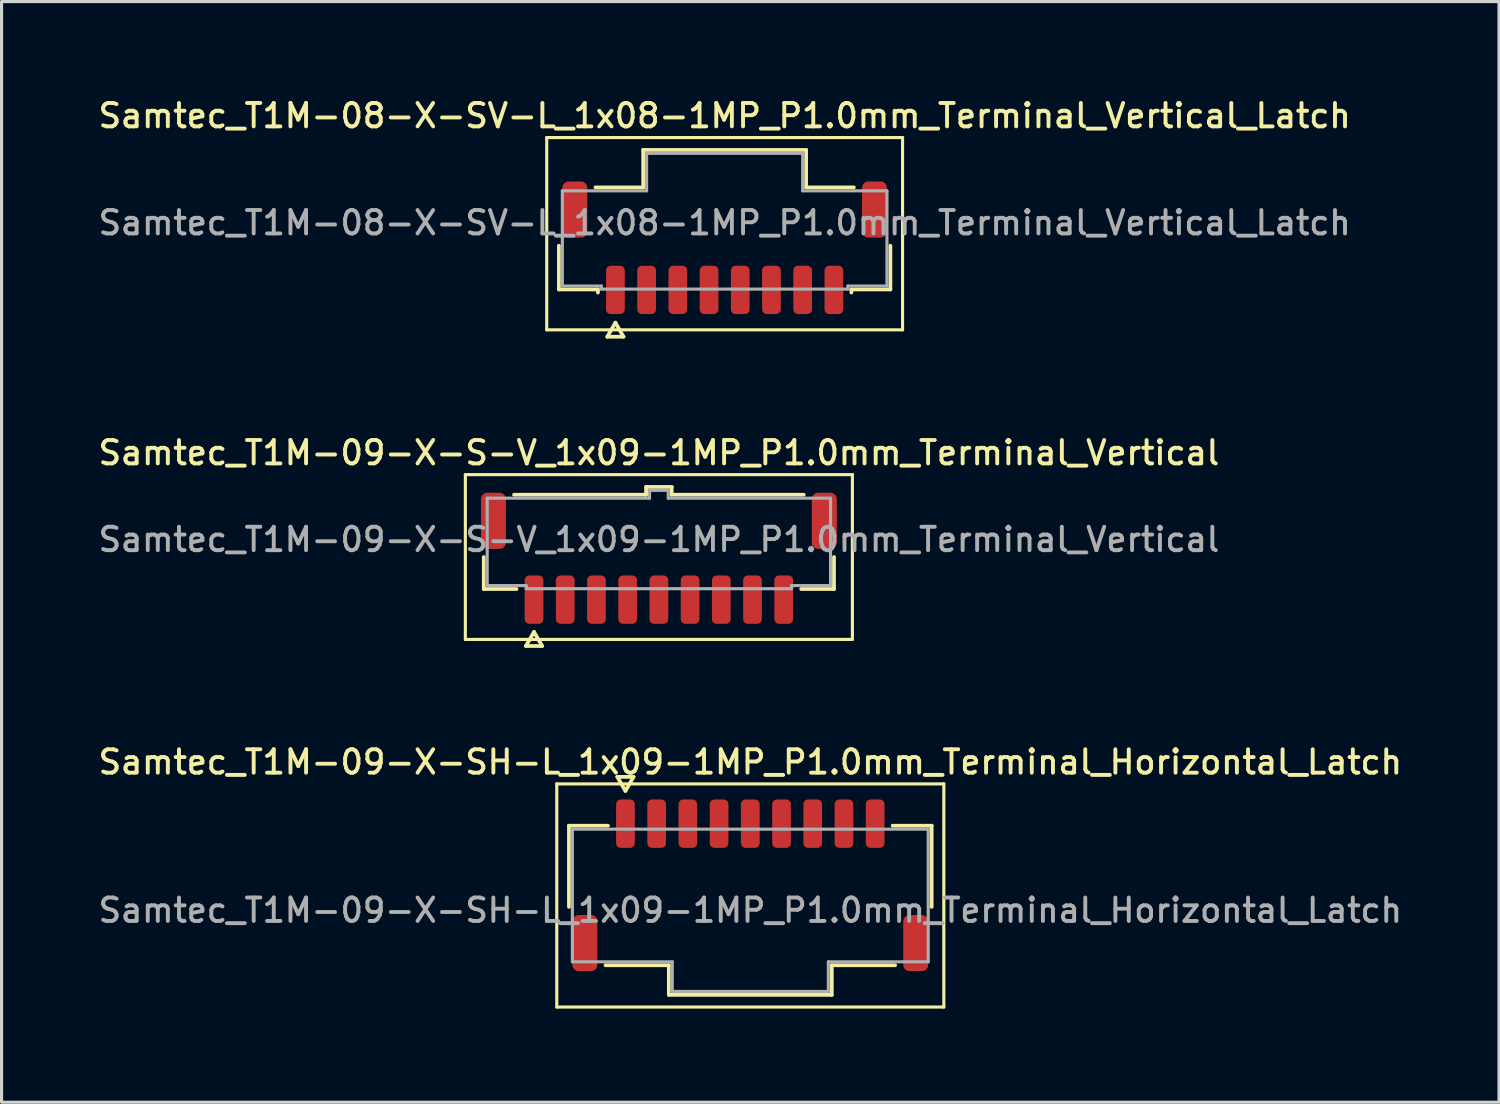
<source format=kicad_pcb>
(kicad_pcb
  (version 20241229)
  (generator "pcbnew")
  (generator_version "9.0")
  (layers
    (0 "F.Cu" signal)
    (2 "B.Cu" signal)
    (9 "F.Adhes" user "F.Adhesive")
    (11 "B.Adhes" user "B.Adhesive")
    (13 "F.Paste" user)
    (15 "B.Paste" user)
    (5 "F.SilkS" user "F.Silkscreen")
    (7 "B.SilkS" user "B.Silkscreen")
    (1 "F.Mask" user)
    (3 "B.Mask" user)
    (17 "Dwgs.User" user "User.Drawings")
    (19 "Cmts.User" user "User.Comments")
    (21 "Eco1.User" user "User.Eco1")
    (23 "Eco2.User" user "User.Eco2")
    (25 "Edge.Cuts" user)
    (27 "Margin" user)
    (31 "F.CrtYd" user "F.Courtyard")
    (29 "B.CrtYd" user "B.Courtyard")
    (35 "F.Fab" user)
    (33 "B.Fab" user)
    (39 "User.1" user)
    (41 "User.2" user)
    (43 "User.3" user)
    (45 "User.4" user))
  (footprint "Samtec_T1M-08-X-SV-L_1x08-1MP_P1.0mm_Terminal_Vertical_Latch"
    (layer "F.Cu")
    (at 20.166 4.088)
    (property "Reference" "Samtec_T1M-08-X-SV-L_1x08-1MP_P1.0mm_Terminal_Vertical_Latch" (at 0 -3.43 0) (layer "F.SilkS") (effects (font (size 0.75 0.75) (thickness 0.125))))
    (attr smd)
    (fp_line (start -5.7 -2.73) (end -5.7 3.43) (stroke (width 0.1) (type solid)) (layer "F.SilkS"))
    (fp_line (start -5.7 3.43) (end 5.7 3.43) (stroke (width 0.1) (type solid)) (layer "F.SilkS"))
    (fp_line (start -5.31 2.135) (end -5.31 0.735) (stroke (width 0.12) (type solid)) (layer "F.SilkS"))
    (fp_line (start -4.14 -1.135) (end -2.61 -1.135) (stroke (width 0.12) (type solid)) (layer "F.SilkS"))
    (fp_line (start -4.06 2.135) (end -5.31 2.135) (stroke (width 0.12) (type solid)) (layer "F.SilkS"))
    (fp_line (start -4.06 2.235) (end -4.06 2.135) (stroke (width 0.12) (type solid)) (layer "F.SilkS"))
    (fp_line (start -3.76 3.65) (end -3.5 3.2) (stroke (width 0.12) (type solid)) (layer "F.SilkS"))
    (fp_line (start -3.5 3.2) (end -3.24 3.65) (stroke (width 0.12) (type solid)) (layer "F.SilkS"))
    (fp_line (start -3.24 3.65) (end -3.76 3.65) (stroke (width 0.12) (type solid)) (layer "F.SilkS"))
    (fp_line (start -2.61 -2.335) (end 2.61 -2.335) (stroke (width 0.12) (type solid)) (layer "F.SilkS"))
    (fp_line (start -2.61 -1.135) (end -2.61 -2.335) (stroke (width 0.12) (type solid)) (layer "F.SilkS"))
    (fp_line (start 2.61 -2.335) (end 2.61 -1.135) (stroke (width 0.12) (type solid)) (layer "F.SilkS"))
    (fp_line (start 2.61 -1.135) (end 4.14 -1.135) (stroke (width 0.12) (type solid)) (layer "F.SilkS"))
    (fp_line (start 4.06 2.135) (end 4.06 2.235) (stroke (width 0.12) (type solid)) (layer "F.SilkS"))
    (fp_line (start 5.31 0.735) (end 5.31 2.135) (stroke (width 0.12) (type solid)) (layer "F.SilkS"))
    (fp_line (start 5.31 2.135) (end 4.06 2.135) (stroke (width 0.12) (type solid)) (layer "F.SilkS"))
    (fp_line (start 5.7 -2.73) (end -5.7 -2.73) (stroke (width 0.1) (type solid)) (layer "F.SilkS"))
    (fp_line (start 5.7 3.43) (end 5.7 -2.73) (stroke (width 0.1) (type solid)) (layer "F.SilkS"))
    (fp_line (start -5.2 -1.025) (end -2.5 -1.025) (stroke (width 0.1) (type solid)) (layer "F.Fab"))
    (fp_line (start -5.2 2.025) (end -5.2 -1.025) (stroke (width 0.1) (type solid)) (layer "F.Fab"))
    (fp_line (start -3.95 2.025) (end -5.2 2.025) (stroke (width 0.1) (type solid)) (layer "F.Fab"))
    (fp_line (start -3.95 2.125) (end -3.95 2.025) (stroke (width 0.1) (type solid)) (layer "F.Fab"))
    (fp_line (start -2.5 -2.225) (end 2.5 -2.225) (stroke (width 0.1) (type solid)) (layer "F.Fab"))
    (fp_line (start -2.5 -1.025) (end -2.5 -2.225) (stroke (width 0.1) (type solid)) (layer "F.Fab"))
    (fp_line (start 2.5 -2.225) (end 2.5 -1.025) (stroke (width 0.1) (type solid)) (layer "F.Fab"))
    (fp_line (start 2.5 -1.025) (end 5.2 -1.025) (stroke (width 0.1) (type solid)) (layer "F.Fab"))
    (fp_line (start 3.95 2.025) (end 3.95 2.125) (stroke (width 0.1) (type solid)) (layer "F.Fab"))
    (fp_line (start 3.95 2.125) (end -3.95 2.125) (stroke (width 0.1) (type solid)) (layer "F.Fab"))
    (fp_line (start 5.2 -1.025) (end 5.2 2.025) (stroke (width 0.1) (type solid)) (layer "F.Fab"))
    (fp_line (start 5.2 2.025) (end 3.95 2.025) (stroke (width 0.1) (type solid)) (layer "F.Fab"))
    (fp_text user "${REFERENCE}" (at 0 0 0) (layer "F.Fab") (effects (font (size 0.75 0.75) (thickness 0.125))))
    (pad "1" smd roundrect (at -3.5 2.15) (size 0.6 1.55) (layers "F.Cu" "F.Mask" "F.Paste") (roundrect_rratio 0.25))
    (pad "2" smd roundrect (at -2.5 2.15) (size 0.6 1.55) (layers "F.Cu" "F.Mask" "F.Paste") (roundrect_rratio 0.25))
    (pad "3" smd roundrect (at -1.5 2.15) (size 0.6 1.55) (layers "F.Cu" "F.Mask" "F.Paste") (roundrect_rratio 0.25))
    (pad "4" smd roundrect (at -0.5 2.15) (size 0.6 1.55) (layers "F.Cu" "F.Mask" "F.Paste") (roundrect_rratio 0.25))
    (pad "5" smd roundrect (at 0.5 2.15) (size 0.6 1.55) (layers "F.Cu" "F.Mask" "F.Paste") (roundrect_rratio 0.25))
    (pad "6" smd roundrect (at 1.5 2.15) (size 0.6 1.55) (layers "F.Cu" "F.Mask" "F.Paste") (roundrect_rratio 0.25))
    (pad "7" smd roundrect (at 2.5 2.15) (size 0.6 1.55) (layers "F.Cu" "F.Mask" "F.Paste") (roundrect_rratio 0.25))
    (pad "8" smd roundrect (at 3.5 2.15) (size 0.6 1.55) (layers "F.Cu" "F.Mask" "F.Paste") (roundrect_rratio 0.25))
    (pad "MP" smd roundrect (at -4.8 -0.425) (size 0.8 1.8) (layers "F.Cu" "F.Mask" "F.Paste") (roundrect_rratio 0.25))
    (pad "MP" smd roundrect (at 4.8 -0.425) (size 0.8 1.8) (layers "F.Cu" "F.Mask" "F.Paste") (roundrect_rratio 0.25)))
  (footprint "Samtec_T1M-09-X-S-V_1x09-1MP_P1.0mm_Terminal_Vertical"
    (layer "F.Cu")
    (at 18.059 14.236)
    (property "Reference" "Samtec_T1M-09-X-S-V_1x09-1MP_P1.0mm_Terminal_Vertical" (at 0 -2.78 0) (layer "F.SilkS") (effects (font (size 0.75 0.75) (thickness 0.125))))
    (attr smd)
    (fp_line (start -6.2 -2.08) (end -6.2 3.2) (stroke (width 0.1) (type solid)) (layer "F.SilkS"))
    (fp_line (start -6.2 3.2) (end 6.2 3.2) (stroke (width 0.1) (type solid)) (layer "F.SilkS"))
    (fp_line (start -5.61 1.585) (end -5.61 0.56) (stroke (width 0.12) (type solid)) (layer "F.SilkS"))
    (fp_line (start -4.64 -1.435) (end -0.41 -1.435) (stroke (width 0.12) (type solid)) (layer "F.SilkS"))
    (fp_line (start -4.56 1.585) (end -5.61 1.585) (stroke (width 0.12) (type solid)) (layer "F.SilkS"))
    (fp_line (start -4.26 3.41) (end -4 2.96) (stroke (width 0.12) (type solid)) (layer "F.SilkS"))
    (fp_line (start -4 2.96) (end -3.74 3.41) (stroke (width 0.12) (type solid)) (layer "F.SilkS"))
    (fp_line (start -3.74 3.41) (end -4.26 3.41) (stroke (width 0.12) (type solid)) (layer "F.SilkS"))
    (fp_line (start -0.41 -1.685) (end 0.41 -1.685) (stroke (width 0.12) (type solid)) (layer "F.SilkS"))
    (fp_line (start -0.41 -1.435) (end -0.41 -1.685) (stroke (width 0.12) (type solid)) (layer "F.SilkS"))
    (fp_line (start 0.41 -1.685) (end 0.41 -1.435) (stroke (width 0.12) (type solid)) (layer "F.SilkS"))
    (fp_line (start 0.41 -1.435) (end 4.64 -1.435) (stroke (width 0.12) (type solid)) (layer "F.SilkS"))
    (fp_line (start 5.61 0.56) (end 5.61 1.585) (stroke (width 0.12) (type solid)) (layer "F.SilkS"))
    (fp_line (start 5.61 1.585) (end 4.56 1.585) (stroke (width 0.12) (type solid)) (layer "F.SilkS"))
    (fp_line (start 6.2 -2.08) (end -6.2 -2.08) (stroke (width 0.1) (type solid)) (layer "F.SilkS"))
    (fp_line (start 6.2 3.2) (end 6.2 -2.08) (stroke (width 0.1) (type solid)) (layer "F.SilkS"))
    (fp_line (start -5.5 -1.325) (end -0.3 -1.325) (stroke (width 0.1) (type solid)) (layer "F.Fab"))
    (fp_line (start -5.5 1.475) (end -5.5 -1.325) (stroke (width 0.1) (type solid)) (layer "F.Fab"))
    (fp_line (start -4.25 1.475) (end -5.5 1.475) (stroke (width 0.1) (type solid)) (layer "F.Fab"))
    (fp_line (start -4.25 1.575) (end -4.25 1.475) (stroke (width 0.1) (type solid)) (layer "F.Fab"))
    (fp_line (start -0.3 -1.575) (end 0.3 -1.575) (stroke (width 0.1) (type solid)) (layer "F.Fab"))
    (fp_line (start -0.3 -1.325) (end -0.3 -1.575) (stroke (width 0.1) (type solid)) (layer "F.Fab"))
    (fp_line (start 0.3 -1.575) (end 0.3 -1.325) (stroke (width 0.1) (type solid)) (layer "F.Fab"))
    (fp_line (start 0.3 -1.325) (end 5.5 -1.325) (stroke (width 0.1) (type solid)) (layer "F.Fab"))
    (fp_line (start 4.25 1.475) (end 4.25 1.575) (stroke (width 0.1) (type solid)) (layer "F.Fab"))
    (fp_line (start 4.25 1.575) (end -4.25 1.575) (stroke (width 0.1) (type solid)) (layer "F.Fab"))
    (fp_line (start 5.5 -1.325) (end 5.5 1.475) (stroke (width 0.1) (type solid)) (layer "F.Fab"))
    (fp_line (start 5.5 1.475) (end 4.25 1.475) (stroke (width 0.1) (type solid)) (layer "F.Fab"))
    (fp_text user "${REFERENCE}" (at 0 0 0) (layer "F.Fab") (effects (font (size 0.75 0.75) (thickness 0.125))))
    (pad "1" smd roundrect (at -4 1.925) (size 0.6 1.55) (layers "F.Cu" "F.Mask" "F.Paste") (roundrect_rratio 0.25))
    (pad "2" smd roundrect (at -3 1.925) (size 0.6 1.55) (layers "F.Cu" "F.Mask" "F.Paste") (roundrect_rratio 0.25))
    (pad "3" smd roundrect (at -2 1.925) (size 0.6 1.55) (layers "F.Cu" "F.Mask" "F.Paste") (roundrect_rratio 0.25))
    (pad "4" smd roundrect (at -1 1.925) (size 0.6 1.55) (layers "F.Cu" "F.Mask" "F.Paste") (roundrect_rratio 0.25))
    (pad "5" smd roundrect (at 0 1.925) (size 0.6 1.55) (layers "F.Cu" "F.Mask" "F.Paste") (roundrect_rratio 0.25))
    (pad "6" smd roundrect (at 1 1.925) (size 0.6 1.55) (layers "F.Cu" "F.Mask" "F.Paste") (roundrect_rratio 0.25))
    (pad "7" smd roundrect (at 2 1.925) (size 0.6 1.55) (layers "F.Cu" "F.Mask" "F.Paste") (roundrect_rratio 0.25))
    (pad "8" smd roundrect (at 3 1.925) (size 0.6 1.55) (layers "F.Cu" "F.Mask" "F.Paste") (roundrect_rratio 0.25))
    (pad "9" smd roundrect (at 4 1.925) (size 0.6 1.55) (layers "F.Cu" "F.Mask" "F.Paste") (roundrect_rratio 0.25))
    (pad "MP" smd roundrect (at -5.3 -0.6) (size 0.8 1.8) (layers "F.Cu" "F.Mask" "F.Paste") (roundrect_rratio 0.25))
    (pad "MP" smd roundrect (at 5.3 -0.6) (size 0.8 1.8) (layers "F.Cu" "F.Mask" "F.Paste") (roundrect_rratio 0.25)))
  (footprint "Samtec_T1M-09-X-SH-L_1x09-1MP_P1.0mm_Terminal_Horizontal_Latch"
    (layer "F.Cu")
    (at 20.988 26.114)
    (property "Reference" "Samtec_T1M-09-X-SH-L_1x09-1MP_P1.0mm_Terminal_Horizontal_Latch" (at 0 -4.75 0) (layer "F.SilkS") (effects (font (size 0.75 0.75) (thickness 0.125))))
    (attr smd)
    (fp_line (start -6.2 -4.05) (end -6.2 3.1) (stroke (width 0.1) (type solid)) (layer "F.SilkS"))
    (fp_line (start -6.2 3.1) (end 6.2 3.1) (stroke (width 0.1) (type solid)) (layer "F.SilkS"))
    (fp_line (start -5.81 -2.71) (end -4.56 -2.71) (stroke (width 0.12) (type solid)) (layer "F.SilkS"))
    (fp_line (start -5.81 -0.11) (end -5.81 -2.71) (stroke (width 0.12) (type solid)) (layer "F.SilkS"))
    (fp_line (start -4.26 -4.275) (end -4 -3.825) (stroke (width 0.12) (type solid)) (layer "F.SilkS"))
    (fp_line (start -4 -3.825) (end -3.74 -4.275) (stroke (width 0.12) (type solid)) (layer "F.SilkS"))
    (fp_line (start -3.74 -4.275) (end -4.26 -4.275) (stroke (width 0.12) (type solid)) (layer "F.SilkS"))
    (fp_line (start -2.61 1.76) (end -4.64 1.76) (stroke (width 0.12) (type solid)) (layer "F.SilkS"))
    (fp_line (start -2.61 2.71) (end -2.61 1.76) (stroke (width 0.12) (type solid)) (layer "F.SilkS"))
    (fp_line (start 2.61 1.76) (end 2.61 2.71) (stroke (width 0.12) (type solid)) (layer "F.SilkS"))
    (fp_line (start 2.61 2.71) (end -2.61 2.71) (stroke (width 0.12) (type solid)) (layer "F.SilkS"))
    (fp_line (start 4.56 -2.71) (end 5.81 -2.71) (stroke (width 0.12) (type solid)) (layer "F.SilkS"))
    (fp_line (start 4.64 1.76) (end 2.61 1.76) (stroke (width 0.12) (type solid)) (layer "F.SilkS"))
    (fp_line (start 5.81 -2.71) (end 5.81 -0.11) (stroke (width 0.12) (type solid)) (layer "F.SilkS"))
    (fp_line (start 6.2 -4.05) (end -6.2 -4.05) (stroke (width 0.1) (type solid)) (layer "F.SilkS"))
    (fp_line (start 6.2 3.1) (end 6.2 -4.05) (stroke (width 0.1) (type solid)) (layer "F.SilkS"))
    (fp_line (start -5.7 -2.6) (end 5.7 -2.6) (stroke (width 0.1) (type solid)) (layer "F.Fab"))
    (fp_line (start -5.7 1.65) (end -5.7 -2.6) (stroke (width 0.1) (type solid)) (layer "F.Fab"))
    (fp_line (start -2.5 1.65) (end -5.7 1.65) (stroke (width 0.1) (type solid)) (layer "F.Fab"))
    (fp_line (start -2.5 2.6) (end -2.5 1.65) (stroke (width 0.1) (type solid)) (layer "F.Fab"))
    (fp_line (start 2.5 1.65) (end 2.5 2.6) (stroke (width 0.1) (type solid)) (layer "F.Fab"))
    (fp_line (start 2.5 2.6) (end -2.5 2.6) (stroke (width 0.1) (type solid)) (layer "F.Fab"))
    (fp_line (start 5.7 -2.6) (end 5.7 1.65) (stroke (width 0.1) (type solid)) (layer "F.Fab"))
    (fp_line (start 5.7 1.65) (end 2.5 1.65) (stroke (width 0.1) (type solid)) (layer "F.Fab"))
    (fp_text user "${REFERENCE}" (at 0 0 0) (layer "F.Fab") (effects (font (size 0.75 0.75) (thickness 0.125))))
    (pad "1" smd roundrect (at -4 -2.775) (size 0.6 1.55) (layers "F.Cu" "F.Mask" "F.Paste") (roundrect_rratio 0.25))
    (pad "2" smd roundrect (at -3 -2.775) (size 0.6 1.55) (layers "F.Cu" "F.Mask" "F.Paste") (roundrect_rratio 0.25))
    (pad "3" smd roundrect (at -2 -2.775) (size 0.6 1.55) (layers "F.Cu" "F.Mask" "F.Paste") (roundrect_rratio 0.25))
    (pad "4" smd roundrect (at -1 -2.775) (size 0.6 1.55) (layers "F.Cu" "F.Mask" "F.Paste") (roundrect_rratio 0.25))
    (pad "5" smd roundrect (at 0 -2.775) (size 0.6 1.55) (layers "F.Cu" "F.Mask" "F.Paste") (roundrect_rratio 0.25))
    (pad "6" smd roundrect (at 1 -2.775) (size 0.6 1.55) (layers "F.Cu" "F.Mask" "F.Paste") (roundrect_rratio 0.25))
    (pad "7" smd roundrect (at 2 -2.775) (size 0.6 1.55) (layers "F.Cu" "F.Mask" "F.Paste") (roundrect_rratio 0.25))
    (pad "8" smd roundrect (at 3 -2.775) (size 0.6 1.55) (layers "F.Cu" "F.Mask" "F.Paste") (roundrect_rratio 0.25))
    (pad "9" smd roundrect (at 4 -2.775) (size 0.6 1.55) (layers "F.Cu" "F.Mask" "F.Paste") (roundrect_rratio 0.25))
    (pad "MP" smd roundrect (at -5.3 1.05) (size 0.8 1.8) (layers "F.Cu" "F.Mask" "F.Paste") (roundrect_rratio 0.25))
    (pad "MP" smd roundrect (at 5.3 1.05) (size 0.8 1.8) (layers "F.Cu" "F.Mask" "F.Paste") (roundrect_rratio 0.25)))
  (gr_rect
    (start -3 -3)
    (end 44.975 32.264)
    (stroke (width 0.1) (type default))
    (fill no)
    (layer "Edge.Cuts")))
</source>
